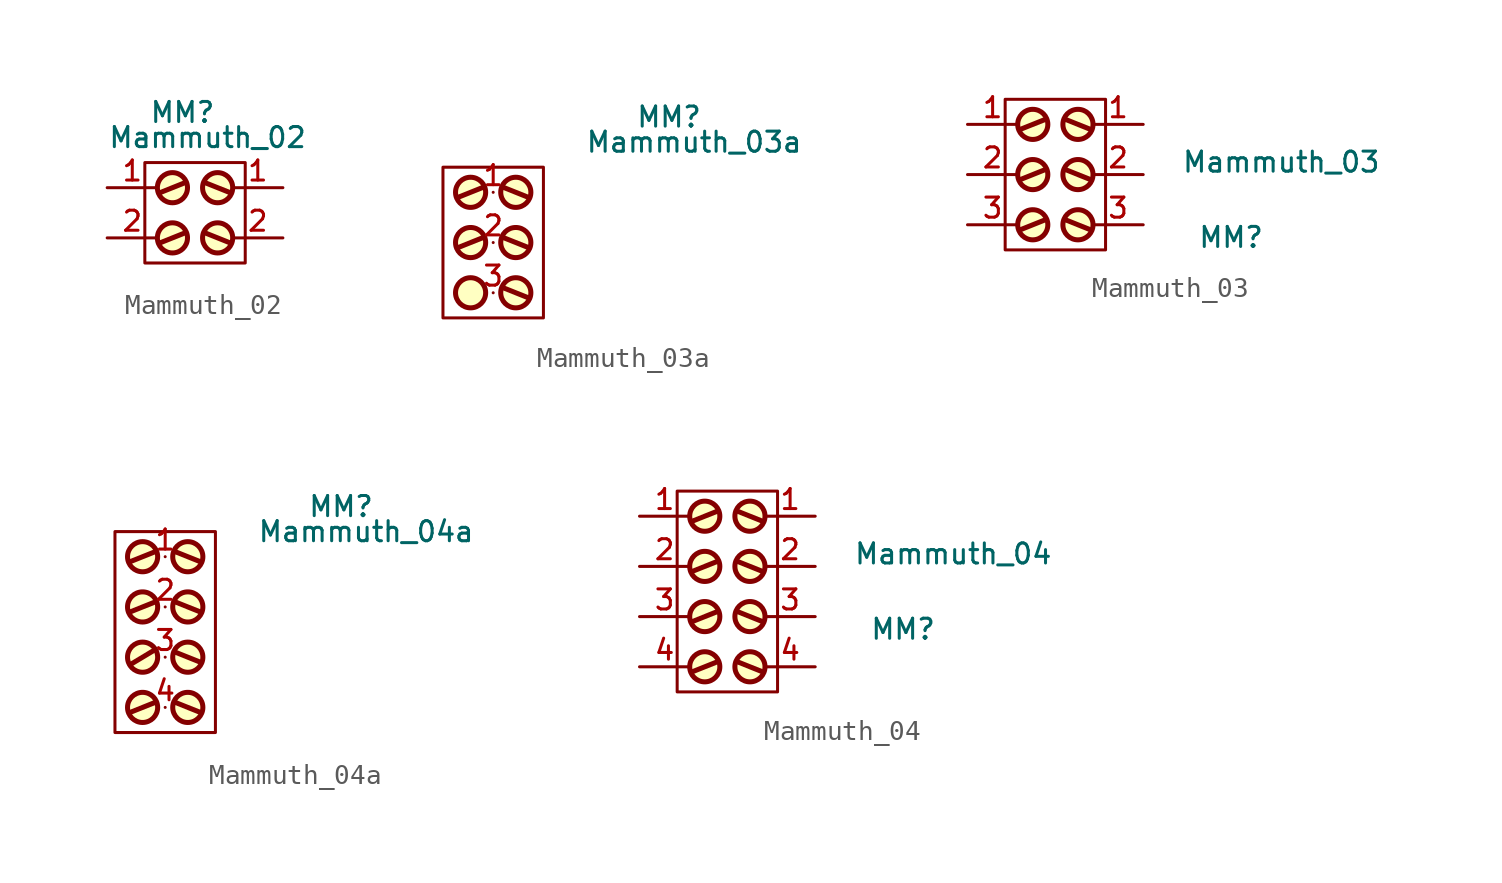
<source format=kicad_sym>
(kicad_symbol_lib
  (version 20211014)
  (generator kicad_symbol_editor)
  (symbol "Mammuth_02"
    (pin_names
      (offset 0.762) hide)
    (property "Reference" "MM"
      (at 3.81 3.81 0)
      (effects (font (size 1.016 1.016))))
    (property "Value" "Mammuth_02"
      (at 5.08 2.54 0)
      (effects (font (size 1.016 1.016))))
    (property "Footprint" ""
      (at 5.08 -3.81 0)
      (effects (font (size 1.524 1.524))))
    (property "Datasheet" ""
      (at 5.08 -3.81 0)
      (effects (font (size 1.524 1.524))))
    (symbol "Mammuth_02_0_1"
      (polyline (pts (xy 3.937 -2.286) (xy 2.667 -2.794)) (stroke (width 0.254) (type default) (color 0 0 0 0)) (fill (type none)))
      (polyline (pts (xy 3.937 0.254) (xy 2.667 -0.254)) (stroke (width 0.254) (type default) (color 0 0 0 0)) (fill (type none)))
      (polyline (pts (xy 4.953 -2.286) (xy 6.223 -2.794)) (stroke (width 0.254) (type default) (color 0 0 0 0)) (fill (type none)))
      (polyline (pts (xy 4.953 0.254) (xy 6.223 -0.254)) (stroke (width 0.254) (type default) (color 0 0 0 0)) (fill (type none)))
      (polyline (pts (xy 1.905 1.27) (xy 6.985 1.27) (xy 6.985 -3.81) (xy 1.905 -3.81) (xy 1.905 1.27)) (stroke (width 0) (type default) (color 0 0 0 0)) (fill (type none)))
      (circle (center 3.302 -2.54) (radius 0.762) (stroke (width 0.254) (type default) (color 0 0 0 0)) (fill (type background)))
      (circle (center 3.302 0) (radius 0.762) (stroke (width 0.254) (type default) (color 0 0 0 0)) (fill (type background)))
      (circle (center 5.588 -2.54) (radius 0.762) (stroke (width 0.254) (type default) (color 0 0 0 0)) (fill (type background)))
      (circle (center 5.588 0) (radius 0.762) (stroke (width 0.254) (type default) (color 0 0 0 0)) (fill (type background)))
      (pin passive line (at 8.89 0 180) (length 2.54) (name "1" (effects (font (size 1.016 1.016)))) (number "1" (effects (font (size 1.016 1.016)))))
      (pin passive line (at 8.89 -2.54 180) (length 2.54) (name "2" (effects (font (size 1.016 1.016)))) (number "2" (effects (font (size 1.016 1.016))))))
    (symbol "Mammuth_02_1_1"
      (pin passive line (at 0 0 0) (length 2.54) (name "1" (effects (font (size 1.016 1.016)))) (number "1" (effects (font (size 1.016 1.016)))))
      (pin passive line (at 0 -2.54 0) (length 2.54) (name "2" (effects (font (size 1.016 1.016)))) (number "2" (effects (font (size 1.016 1.016)))))))
  (symbol "Mammuth_03a"
    (pin_names
      (offset 0.762) hide)
    (property "Reference" "MM"
      (at 8.89 6.35 0)
      (effects (font (size 1.016 1.016))))
    (property "Value" "Mammuth_03a"
      (at 10.16 5.08 0)
      (effects (font (size 1.016 1.016))))
    (property "Footprint" ""
      (at 0.635 -1.27 0)
      (effects (font (size 1.524 1.524))))
    (property "Datasheet" ""
      (at 0.635 -1.27 0)
      (effects (font (size 1.524 1.524))))
    (symbol "Mammuth_03a_0_1"
      (circle (center -1.143 -2.54) (radius 0.762) (stroke (width 0.254) (type default) (color 0 0 0 0)) (fill (type background)))
      (circle (center -1.143 0) (radius 0.762) (stroke (width 0.254) (type default) (color 0 0 0 0)) (fill (type background)))
      (circle (center -1.143 2.54) (radius 0.762) (stroke (width 0.254) (type default) (color 0 0 0 0)) (fill (type background)))
      (polyline (pts (xy -0.508 0.254) (xy -1.778 -0.254)) (stroke (width 0.254) (type default) (color 0 0 0 0)) (fill (type none)))
      (polyline (pts (xy -0.508 2.794) (xy -1.778 2.286)) (stroke (width 0.254) (type default) (color 0 0 0 0)) (fill (type none)))
      (polyline (pts (xy 0.508 -2.286) (xy 1.778 -2.794)) (stroke (width 0.254) (type default) (color 0 0 0 0)) (fill (type none)))
      (polyline (pts (xy 0.508 0.254) (xy 1.778 -0.254)) (stroke (width 0.254) (type default) (color 0 0 0 0)) (fill (type none)))
      (polyline (pts (xy 0.508 2.794) (xy 1.778 2.286)) (stroke (width 0.254) (type default) (color 0 0 0 0)) (fill (type none)))
      (polyline (pts (xy -2.54 3.81) (xy 2.54 3.81) (xy 2.54 -3.81) (xy -2.54 -3.81) (xy -2.54 3.81)) (stroke (width 0) (type default) (color 0 0 0 0)) (fill (type none)))
      (circle (center 1.143 -2.54) (radius 0.762) (stroke (width 0.254) (type default) (color 0 0 0 0)) (fill (type background)))
      (circle (center 1.143 0) (radius 0.762) (stroke (width 0.254) (type default) (color 0 0 0 0)) (fill (type background)))
      (circle (center 1.143 2.54) (radius 0.762) (stroke (width 0.254) (type default) (color 0 0 0 0)) (fill (type background))))
    (symbol "Mammuth_03a_1_1"
      (pin passive line (at 0 2.54 0) (length 0) (name "1" (effects (font (size 1.016 1.016)))) (number "1" (effects (font (size 1.016 1.016)))))
      (pin passive line (at 0 0 0) (length 0) (name "2" (effects (font (size 1.016 1.016)))) (number "2" (effects (font (size 1.016 1.016)))))
      (pin passive line (at 0 -2.54 0) (length 0) (name "3" (effects (font (size 1.016 1.016)))) (number "3" (effects (font (size 1.016 1.016)))))))
  (symbol "Mammuth_03"
    (pin_names
      (offset 0.762) hide)
    (property "Reference" "MM"
      (at 8.255 -1.905 0)
      (effects (font (size 1.016 1.016))))
    (property "Value" "Mammuth_03"
      (at 10.795 1.905 0)
      (effects (font (size 1.016 1.016))))
    (property "Footprint" ""
      (at 0 0 0)
      (effects (font (size 1.524 1.524))))
    (property "Datasheet" ""
      (at 0 0 0)
      (effects (font (size 1.524 1.524))))
    (symbol "Mammuth_03_0_1"
      (circle (center -1.778 -1.27) (radius 0.762) (stroke (width 0.254) (type default) (color 0 0 0 0)) (fill (type background)))
      (circle (center -1.778 1.27) (radius 0.762) (stroke (width 0.254) (type default) (color 0 0 0 0)) (fill (type background)))
      (circle (center -1.778 3.81) (radius 0.762) (stroke (width 0.254) (type default) (color 0 0 0 0)) (fill (type background)))
      (polyline (pts (xy -1.143 -1.016) (xy -2.413 -1.524)) (stroke (width 0.254) (type default) (color 0 0 0 0)) (fill (type none)))
      (polyline (pts (xy -1.143 1.524) (xy -2.413 1.016)) (stroke (width 0.254) (type default) (color 0 0 0 0)) (fill (type none)))
      (polyline (pts (xy -1.143 4.064) (xy -2.413 3.556)) (stroke (width 0.254) (type default) (color 0 0 0 0)) (fill (type none)))
      (polyline (pts (xy -0.127 -1.016) (xy 1.143 -1.524)) (stroke (width 0.254) (type default) (color 0 0 0 0)) (fill (type none)))
      (polyline (pts (xy -0.127 1.524) (xy 1.143 1.016)) (stroke (width 0.254) (type default) (color 0 0 0 0)) (fill (type none)))
      (polyline (pts (xy -0.127 4.064) (xy 1.143 3.556)) (stroke (width 0.254) (type default) (color 0 0 0 0)) (fill (type none)))
      (polyline (pts (xy -3.175 5.08) (xy 1.905 5.08) (xy 1.905 -2.54) (xy -3.175 -2.54) (xy -3.175 5.08)) (stroke (width 0) (type default) (color 0 0 0 0)) (fill (type none)))
      (circle (center 0.508 -1.27) (radius 0.762) (stroke (width 0.254) (type default) (color 0 0 0 0)) (fill (type background)))
      (circle (center 0.508 1.27) (radius 0.762) (stroke (width 0.254) (type default) (color 0 0 0 0)) (fill (type background)))
      (circle (center 0.508 3.81) (radius 0.762) (stroke (width 0.254) (type default) (color 0 0 0 0)) (fill (type background)))
      (pin passive line (at 3.81 3.81 180) (length 2.54) (name "1" (effects (font (size 1.016 1.016)))) (number "1" (effects (font (size 1.016 1.016)))))
      (pin passive line (at 3.81 1.27 180) (length 2.54) (name "2" (effects (font (size 1.016 1.016)))) (number "2" (effects (font (size 1.016 1.016)))))
      (pin passive line (at 3.81 -1.27 180) (length 2.54) (name "3" (effects (font (size 1.016 1.016)))) (number "3" (effects (font (size 1.016 1.016))))))
    (symbol "Mammuth_03_1_1"
      (pin passive line (at -5.08 3.81 0) (length 2.54) (name "1" (effects (font (size 1.016 1.016)))) (number "1" (effects (font (size 1.016 1.016)))))
      (pin passive line (at -5.08 1.27 0) (length 2.54) (name "2" (effects (font (size 1.016 1.016)))) (number "2" (effects (font (size 1.016 1.016)))))
      (pin passive line (at -5.08 -1.27 0) (length 2.54) (name "3" (effects (font (size 1.016 1.016)))) (number "3" (effects (font (size 1.016 1.016)))))))
  (symbol "Mammuth_04a"
    (pin_names
      (offset 0.762) hide)
    (property "Reference" "MM"
      (at 8.89 6.35 0)
      (effects (font (size 1.016 1.016))))
    (property "Value" "Mammuth_04a"
      (at 10.16 5.08 0)
      (effects (font (size 1.016 1.016))))
    (property "Footprint" ""
      (at 0.635 0 0)
      (effects (font (size 1.524 1.524))))
    (property "Datasheet" ""
      (at 0.635 0 0)
      (effects (font (size 1.524 1.524))))
    (symbol "Mammuth_04a_0_1"
      (circle (center -1.143 -3.81) (radius 0.762) (stroke (width 0.254) (type default) (color 0 0 0 0)) (fill (type background)))
      (circle (center -1.143 -1.27) (radius 0.762) (stroke (width 0.254) (type default) (color 0 0 0 0)) (fill (type background)))
      (circle (center -1.143 1.27) (radius 0.762) (stroke (width 0.254) (type default) (color 0 0 0 0)) (fill (type background)))
      (circle (center -1.143 3.81) (radius 0.762) (stroke (width 0.254) (type default) (color 0 0 0 0)) (fill (type background)))
      (polyline (pts (xy -1.778 -1.651) (xy -0.508 -0.889)) (stroke (width 0.254) (type default) (color 0 0 0 0)) (fill (type none)))
      (polyline (pts (xy -0.508 -3.556) (xy -1.778 -4.064)) (stroke (width 0.254) (type default) (color 0 0 0 0)) (fill (type none)))
      (polyline (pts (xy -0.508 1.524) (xy -1.778 1.016)) (stroke (width 0.254) (type default) (color 0 0 0 0)) (fill (type none)))
      (polyline (pts (xy -0.508 4.064) (xy -1.778 3.556)) (stroke (width 0.254) (type default) (color 0 0 0 0)) (fill (type none)))
      (polyline (pts (xy 0.508 -3.556) (xy 1.778 -4.064)) (stroke (width 0.254) (type default) (color 0 0 0 0)) (fill (type none)))
      (polyline (pts (xy 0.508 -1.016) (xy 1.778 -1.524)) (stroke (width 0.254) (type default) (color 0 0 0 0)) (fill (type none)))
      (polyline (pts (xy 0.508 1.524) (xy 1.778 1.016)) (stroke (width 0.254) (type default) (color 0 0 0 0)) (fill (type none)))
      (polyline (pts (xy 0.508 4.064) (xy 1.778 3.556)) (stroke (width 0.254) (type default) (color 0 0 0 0)) (fill (type none)))
      (polyline (pts (xy -2.54 5.08) (xy 2.54 5.08) (xy 2.54 -5.08) (xy -2.54 -5.08) (xy -2.54 5.08)) (stroke (width 0) (type default) (color 0 0 0 0)) (fill (type none)))
      (circle (center 1.143 -3.81) (radius 0.762) (stroke (width 0.254) (type default) (color 0 0 0 0)) (fill (type background)))
      (circle (center 1.143 -1.27) (radius 0.762) (stroke (width 0.254) (type default) (color 0 0 0 0)) (fill (type background)))
      (circle (center 1.143 1.27) (radius 0.762) (stroke (width 0.254) (type default) (color 0 0 0 0)) (fill (type background)))
      (circle (center 1.143 3.81) (radius 0.762) (stroke (width 0.254) (type default) (color 0 0 0 0)) (fill (type background))))
    (symbol "Mammuth_04a_1_1"
      (pin passive line (at 0 3.81 0) (length 0) (name "1" (effects (font (size 1.016 1.016)))) (number "1" (effects (font (size 1.016 1.016)))))
      (pin passive line (at 0 1.27 0) (length 0) (name "2" (effects (font (size 1.016 1.016)))) (number "2" (effects (font (size 1.016 1.016)))))
      (pin passive line (at 0 -1.27 0) (length 0) (name "3" (effects (font (size 1.016 1.016)))) (number "3" (effects (font (size 1.016 1.016)))))
      (pin passive line (at 0 -3.81 0) (length 0) (name "4" (effects (font (size 1.016 1.016)))) (number "4" (effects (font (size 1.016 1.016)))))))
  (symbol "Mammuth_04"
    (pin_names
      (offset 0.762) hide)
    (property "Reference" "MM"
      (at 8.255 -1.905 0)
      (effects (font (size 1.016 1.016))))
    (property "Value" "Mammuth_04"
      (at 10.795 1.905 0)
      (effects (font (size 1.016 1.016))))
    (property "Footprint" ""
      (at 0 0 0)
      (effects (font (size 1.524 1.524))))
    (property "Datasheet" ""
      (at 0 0 0)
      (effects (font (size 1.524 1.524))))
    (symbol "Mammuth_04_0_1"
      (circle (center -1.778 -3.81) (radius 0.762) (stroke (width 0.254) (type default) (color 0 0 0 0)) (fill (type background)))
      (circle (center -1.778 -1.27) (radius 0.762) (stroke (width 0.254) (type default) (color 0 0 0 0)) (fill (type background)))
      (circle (center -1.778 1.27) (radius 0.762) (stroke (width 0.254) (type default) (color 0 0 0 0)) (fill (type background)))
      (circle (center -1.778 3.81) (radius 0.762) (stroke (width 0.254) (type default) (color 0 0 0 0)) (fill (type background)))
      (polyline (pts (xy -1.143 -3.556) (xy -2.413 -4.064)) (stroke (width 0.254) (type default) (color 0 0 0 0)) (fill (type none)))
      (polyline (pts (xy -1.143 -1.016) (xy -2.413 -1.524)) (stroke (width 0.254) (type default) (color 0 0 0 0)) (fill (type none)))
      (polyline (pts (xy -1.143 1.524) (xy -2.413 1.016)) (stroke (width 0.254) (type default) (color 0 0 0 0)) (fill (type none)))
      (polyline (pts (xy -1.143 4.064) (xy -2.413 3.556)) (stroke (width 0.254) (type default) (color 0 0 0 0)) (fill (type none)))
      (polyline (pts (xy -0.127 -3.556) (xy 1.143 -4.064)) (stroke (width 0.254) (type default) (color 0 0 0 0)) (fill (type none)))
      (polyline (pts (xy -0.127 -1.016) (xy 1.143 -1.524)) (stroke (width 0.254) (type default) (color 0 0 0 0)) (fill (type none)))
      (polyline (pts (xy -0.127 1.524) (xy 1.143 1.016)) (stroke (width 0.254) (type default) (color 0 0 0 0)) (fill (type none)))
      (polyline (pts (xy -0.127 4.064) (xy 1.143 3.556)) (stroke (width 0.254) (type default) (color 0 0 0 0)) (fill (type none)))
      (polyline (pts (xy -3.175 5.08) (xy 1.905 5.08) (xy 1.905 -5.08) (xy -3.175 -5.08) (xy -3.175 5.08)) (stroke (width 0) (type default) (color 0 0 0 0)) (fill (type none)))
      (circle (center 0.508 -3.81) (radius 0.762) (stroke (width 0.254) (type default) (color 0 0 0 0)) (fill (type background)))
      (circle (center 0.508 -1.27) (radius 0.762) (stroke (width 0.254) (type default) (color 0 0 0 0)) (fill (type background)))
      (circle (center 0.508 1.27) (radius 0.762) (stroke (width 0.254) (type default) (color 0 0 0 0)) (fill (type background)))
      (circle (center 0.508 3.81) (radius 0.762) (stroke (width 0.254) (type default) (color 0 0 0 0)) (fill (type background)))
      (pin passive line (at 3.81 3.81 180) (length 2.54) (name "1" (effects (font (size 1.016 1.016)))) (number "1" (effects (font (size 1.016 1.016)))))
      (pin passive line (at 3.81 1.27 180) (length 2.54) (name "2" (effects (font (size 1.016 1.016)))) (number "2" (effects (font (size 1.016 1.016)))))
      (pin passive line (at 3.81 -1.27 180) (length 2.54) (name "3" (effects (font (size 1.016 1.016)))) (number "3" (effects (font (size 1.016 1.016)))))
      (pin passive line (at 3.81 -3.81 180) (length 2.54) (name "4" (effects (font (size 1.016 1.016)))) (number "4" (effects (font (size 1.016 1.016))))))
    (symbol "Mammuth_04_1_1"
      (pin passive line (at -5.08 3.81 0) (length 2.54) (name "1" (effects (font (size 1.016 1.016)))) (number "1" (effects (font (size 1.016 1.016)))))
      (pin passive line (at -5.08 1.27 0) (length 2.54) (name "2" (effects (font (size 1.016 1.016)))) (number "2" (effects (font (size 1.016 1.016)))))
      (pin passive line (at -5.08 -1.27 0) (length 2.54) (name "3" (effects (font (size 1.016 1.016)))) (number "3" (effects (font (size 1.016 1.016)))))
      (pin passive line (at -5.08 -3.81 0) (length 2.54) (name "4" (effects (font (size 1.016 1.016)))) (number "4" (effects (font (size 1.016 1.016))))))))
</source>
